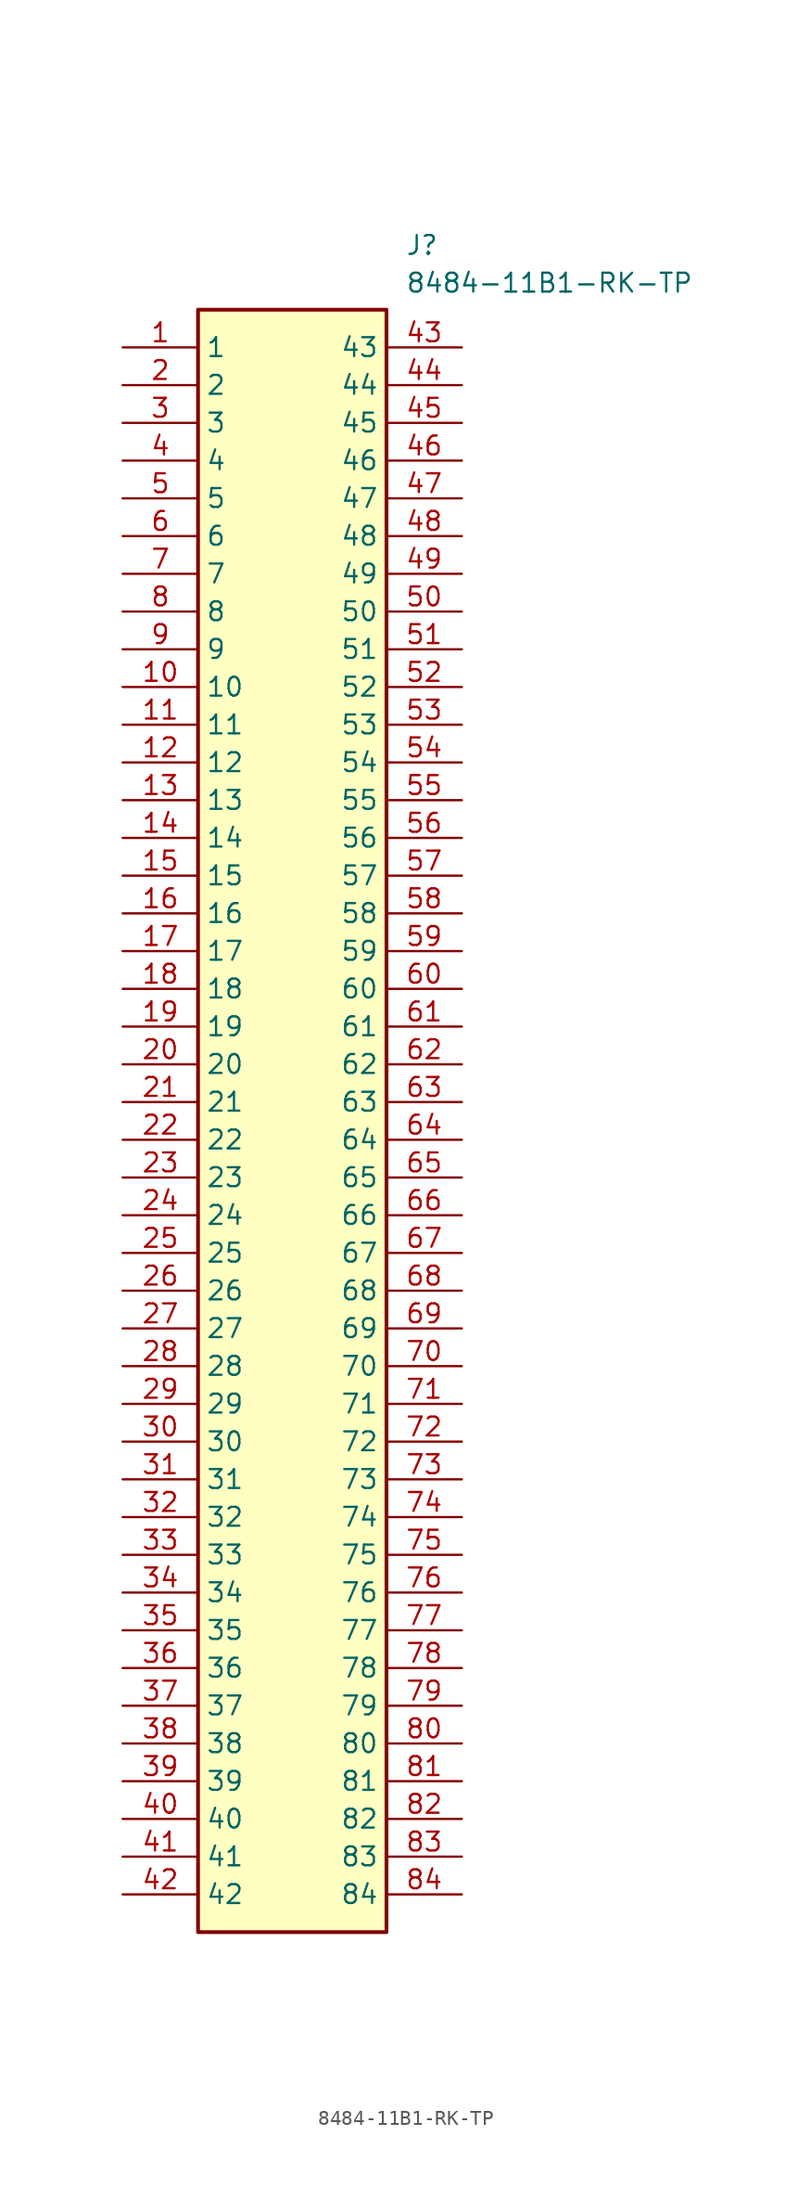
<source format=kicad_sym>
(kicad_symbol_lib
  (version 20211014)
  (generator SamacSys_ECAD_Model)
  (symbol "8484-11B1-RK-TP"
    (property "Reference" "J"
      (at 19.05 7.62 0)
      (effects (font (size 1.27 1.27)) (justify left top)))
    (property "Value" "8484-11B1-RK-TP"
      (at 19.05 5.08 0)
      (effects (font (size 1.27 1.27)) (justify left top)))
    (rectangle
      (start 5.08 2.54)
      (end 17.78 -106.68)
      (stroke (width 0.254) (type default))
      (fill (type background)))
    (pin passive line
      (at 0 0 0)
      (length 5.08)
      (name "1" (effects (font (size 1.27 1.27))))
      (number "1" (effects (font (size 1.27 1.27)))))
    (pin passive line
      (at 0 -2.54 0)
      (length 5.08)
      (name "2" (effects (font (size 1.27 1.27))))
      (number "2" (effects (font (size 1.27 1.27)))))
    (pin passive line
      (at 0 -5.08 0)
      (length 5.08)
      (name "3" (effects (font (size 1.27 1.27))))
      (number "3" (effects (font (size 1.27 1.27)))))
    (pin passive line
      (at 0 -7.62 0)
      (length 5.08)
      (name "4" (effects (font (size 1.27 1.27))))
      (number "4" (effects (font (size 1.27 1.27)))))
    (pin passive line
      (at 0 -10.16 0)
      (length 5.08)
      (name "5" (effects (font (size 1.27 1.27))))
      (number "5" (effects (font (size 1.27 1.27)))))
    (pin passive line
      (at 0 -12.7 0)
      (length 5.08)
      (name "6" (effects (font (size 1.27 1.27))))
      (number "6" (effects (font (size 1.27 1.27)))))
    (pin passive line
      (at 0 -15.24 0)
      (length 5.08)
      (name "7" (effects (font (size 1.27 1.27))))
      (number "7" (effects (font (size 1.27 1.27)))))
    (pin passive line
      (at 0 -17.78 0)
      (length 5.08)
      (name "8" (effects (font (size 1.27 1.27))))
      (number "8" (effects (font (size 1.27 1.27)))))
    (pin passive line
      (at 0 -20.32 0)
      (length 5.08)
      (name "9" (effects (font (size 1.27 1.27))))
      (number "9" (effects (font (size 1.27 1.27)))))
    (pin passive line
      (at 0 -22.86 0)
      (length 5.08)
      (name "10" (effects (font (size 1.27 1.27))))
      (number "10" (effects (font (size 1.27 1.27)))))
    (pin passive line
      (at 0 -25.4 0)
      (length 5.08)
      (name "11" (effects (font (size 1.27 1.27))))
      (number "11" (effects (font (size 1.27 1.27)))))
    (pin passive line
      (at 0 -27.94 0)
      (length 5.08)
      (name "12" (effects (font (size 1.27 1.27))))
      (number "12" (effects (font (size 1.27 1.27)))))
    (pin passive line
      (at 0 -30.48 0)
      (length 5.08)
      (name "13" (effects (font (size 1.27 1.27))))
      (number "13" (effects (font (size 1.27 1.27)))))
    (pin passive line
      (at 0 -33.02 0)
      (length 5.08)
      (name "14" (effects (font (size 1.27 1.27))))
      (number "14" (effects (font (size 1.27 1.27)))))
    (pin passive line
      (at 0 -35.56 0)
      (length 5.08)
      (name "15" (effects (font (size 1.27 1.27))))
      (number "15" (effects (font (size 1.27 1.27)))))
    (pin passive line
      (at 0 -38.1 0)
      (length 5.08)
      (name "16" (effects (font (size 1.27 1.27))))
      (number "16" (effects (font (size 1.27 1.27)))))
    (pin passive line
      (at 0 -40.64 0)
      (length 5.08)
      (name "17" (effects (font (size 1.27 1.27))))
      (number "17" (effects (font (size 1.27 1.27)))))
    (pin passive line
      (at 0 -43.18 0)
      (length 5.08)
      (name "18" (effects (font (size 1.27 1.27))))
      (number "18" (effects (font (size 1.27 1.27)))))
    (pin passive line
      (at 0 -45.72 0)
      (length 5.08)
      (name "19" (effects (font (size 1.27 1.27))))
      (number "19" (effects (font (size 1.27 1.27)))))
    (pin passive line
      (at 0 -48.26 0)
      (length 5.08)
      (name "20" (effects (font (size 1.27 1.27))))
      (number "20" (effects (font (size 1.27 1.27)))))
    (pin passive line
      (at 0 -50.8 0)
      (length 5.08)
      (name "21" (effects (font (size 1.27 1.27))))
      (number "21" (effects (font (size 1.27 1.27)))))
    (pin passive line
      (at 0 -53.34 0)
      (length 5.08)
      (name "22" (effects (font (size 1.27 1.27))))
      (number "22" (effects (font (size 1.27 1.27)))))
    (pin passive line
      (at 0 -55.88 0)
      (length 5.08)
      (name "23" (effects (font (size 1.27 1.27))))
      (number "23" (effects (font (size 1.27 1.27)))))
    (pin passive line
      (at 0 -58.42 0)
      (length 5.08)
      (name "24" (effects (font (size 1.27 1.27))))
      (number "24" (effects (font (size 1.27 1.27)))))
    (pin passive line
      (at 0 -60.96 0)
      (length 5.08)
      (name "25" (effects (font (size 1.27 1.27))))
      (number "25" (effects (font (size 1.27 1.27)))))
    (pin passive line
      (at 0 -63.5 0)
      (length 5.08)
      (name "26" (effects (font (size 1.27 1.27))))
      (number "26" (effects (font (size 1.27 1.27)))))
    (pin passive line
      (at 0 -66.04 0)
      (length 5.08)
      (name "27" (effects (font (size 1.27 1.27))))
      (number "27" (effects (font (size 1.27 1.27)))))
    (pin passive line
      (at 0 -68.58 0)
      (length 5.08)
      (name "28" (effects (font (size 1.27 1.27))))
      (number "28" (effects (font (size 1.27 1.27)))))
    (pin passive line
      (at 0 -71.12 0)
      (length 5.08)
      (name "29" (effects (font (size 1.27 1.27))))
      (number "29" (effects (font (size 1.27 1.27)))))
    (pin passive line
      (at 0 -73.66 0)
      (length 5.08)
      (name "30" (effects (font (size 1.27 1.27))))
      (number "30" (effects (font (size 1.27 1.27)))))
    (pin passive line
      (at 0 -76.2 0)
      (length 5.08)
      (name "31" (effects (font (size 1.27 1.27))))
      (number "31" (effects (font (size 1.27 1.27)))))
    (pin passive line
      (at 0 -78.74 0)
      (length 5.08)
      (name "32" (effects (font (size 1.27 1.27))))
      (number "32" (effects (font (size 1.27 1.27)))))
    (pin passive line
      (at 0 -81.28 0)
      (length 5.08)
      (name "33" (effects (font (size 1.27 1.27))))
      (number "33" (effects (font (size 1.27 1.27)))))
    (pin passive line
      (at 0 -83.82 0)
      (length 5.08)
      (name "34" (effects (font (size 1.27 1.27))))
      (number "34" (effects (font (size 1.27 1.27)))))
    (pin passive line
      (at 0 -86.36 0)
      (length 5.08)
      (name "35" (effects (font (size 1.27 1.27))))
      (number "35" (effects (font (size 1.27 1.27)))))
    (pin passive line
      (at 0 -88.9 0)
      (length 5.08)
      (name "36" (effects (font (size 1.27 1.27))))
      (number "36" (effects (font (size 1.27 1.27)))))
    (pin passive line
      (at 0 -91.44 0)
      (length 5.08)
      (name "37" (effects (font (size 1.27 1.27))))
      (number "37" (effects (font (size 1.27 1.27)))))
    (pin passive line
      (at 0 -93.98 0)
      (length 5.08)
      (name "38" (effects (font (size 1.27 1.27))))
      (number "38" (effects (font (size 1.27 1.27)))))
    (pin passive line
      (at 0 -96.52 0)
      (length 5.08)
      (name "39" (effects (font (size 1.27 1.27))))
      (number "39" (effects (font (size 1.27 1.27)))))
    (pin passive line
      (at 0 -99.06 0)
      (length 5.08)
      (name "40" (effects (font (size 1.27 1.27))))
      (number "40" (effects (font (size 1.27 1.27)))))
    (pin passive line
      (at 0 -101.6 0)
      (length 5.08)
      (name "41" (effects (font (size 1.27 1.27))))
      (number "41" (effects (font (size 1.27 1.27)))))
    (pin passive line
      (at 0 -104.14 0)
      (length 5.08)
      (name "42" (effects (font (size 1.27 1.27))))
      (number "42" (effects (font (size 1.27 1.27)))))
    (pin passive line
      (at 22.86 0 180)
      (length 5.08)
      (name "43" (effects (font (size 1.27 1.27))))
      (number "43" (effects (font (size 1.27 1.27)))))
    (pin passive line
      (at 22.86 -2.54 180)
      (length 5.08)
      (name "44" (effects (font (size 1.27 1.27))))
      (number "44" (effects (font (size 1.27 1.27)))))
    (pin passive line
      (at 22.86 -5.08 180)
      (length 5.08)
      (name "45" (effects (font (size 1.27 1.27))))
      (number "45" (effects (font (size 1.27 1.27)))))
    (pin passive line
      (at 22.86 -7.62 180)
      (length 5.08)
      (name "46" (effects (font (size 1.27 1.27))))
      (number "46" (effects (font (size 1.27 1.27)))))
    (pin passive line
      (at 22.86 -10.16 180)
      (length 5.08)
      (name "47" (effects (font (size 1.27 1.27))))
      (number "47" (effects (font (size 1.27 1.27)))))
    (pin passive line
      (at 22.86 -12.7 180)
      (length 5.08)
      (name "48" (effects (font (size 1.27 1.27))))
      (number "48" (effects (font (size 1.27 1.27)))))
    (pin passive line
      (at 22.86 -15.24 180)
      (length 5.08)
      (name "49" (effects (font (size 1.27 1.27))))
      (number "49" (effects (font (size 1.27 1.27)))))
    (pin passive line
      (at 22.86 -17.78 180)
      (length 5.08)
      (name "50" (effects (font (size 1.27 1.27))))
      (number "50" (effects (font (size 1.27 1.27)))))
    (pin passive line
      (at 22.86 -20.32 180)
      (length 5.08)
      (name "51" (effects (font (size 1.27 1.27))))
      (number "51" (effects (font (size 1.27 1.27)))))
    (pin passive line
      (at 22.86 -22.86 180)
      (length 5.08)
      (name "52" (effects (font (size 1.27 1.27))))
      (number "52" (effects (font (size 1.27 1.27)))))
    (pin passive line
      (at 22.86 -25.4 180)
      (length 5.08)
      (name "53" (effects (font (size 1.27 1.27))))
      (number "53" (effects (font (size 1.27 1.27)))))
    (pin passive line
      (at 22.86 -27.94 180)
      (length 5.08)
      (name "54" (effects (font (size 1.27 1.27))))
      (number "54" (effects (font (size 1.27 1.27)))))
    (pin passive line
      (at 22.86 -30.48 180)
      (length 5.08)
      (name "55" (effects (font (size 1.27 1.27))))
      (number "55" (effects (font (size 1.27 1.27)))))
    (pin passive line
      (at 22.86 -33.02 180)
      (length 5.08)
      (name "56" (effects (font (size 1.27 1.27))))
      (number "56" (effects (font (size 1.27 1.27)))))
    (pin passive line
      (at 22.86 -35.56 180)
      (length 5.08)
      (name "57" (effects (font (size 1.27 1.27))))
      (number "57" (effects (font (size 1.27 1.27)))))
    (pin passive line
      (at 22.86 -38.1 180)
      (length 5.08)
      (name "58" (effects (font (size 1.27 1.27))))
      (number "58" (effects (font (size 1.27 1.27)))))
    (pin passive line
      (at 22.86 -40.64 180)
      (length 5.08)
      (name "59" (effects (font (size 1.27 1.27))))
      (number "59" (effects (font (size 1.27 1.27)))))
    (pin passive line
      (at 22.86 -43.18 180)
      (length 5.08)
      (name "60" (effects (font (size 1.27 1.27))))
      (number "60" (effects (font (size 1.27 1.27)))))
    (pin passive line
      (at 22.86 -45.72 180)
      (length 5.08)
      (name "61" (effects (font (size 1.27 1.27))))
      (number "61" (effects (font (size 1.27 1.27)))))
    (pin passive line
      (at 22.86 -48.26 180)
      (length 5.08)
      (name "62" (effects (font (size 1.27 1.27))))
      (number "62" (effects (font (size 1.27 1.27)))))
    (pin passive line
      (at 22.86 -50.8 180)
      (length 5.08)
      (name "63" (effects (font (size 1.27 1.27))))
      (number "63" (effects (font (size 1.27 1.27)))))
    (pin passive line
      (at 22.86 -53.34 180)
      (length 5.08)
      (name "64" (effects (font (size 1.27 1.27))))
      (number "64" (effects (font (size 1.27 1.27)))))
    (pin passive line
      (at 22.86 -55.88 180)
      (length 5.08)
      (name "65" (effects (font (size 1.27 1.27))))
      (number "65" (effects (font (size 1.27 1.27)))))
    (pin passive line
      (at 22.86 -58.42 180)
      (length 5.08)
      (name "66" (effects (font (size 1.27 1.27))))
      (number "66" (effects (font (size 1.27 1.27)))))
    (pin passive line
      (at 22.86 -60.96 180)
      (length 5.08)
      (name "67" (effects (font (size 1.27 1.27))))
      (number "67" (effects (font (size 1.27 1.27)))))
    (pin passive line
      (at 22.86 -63.5 180)
      (length 5.08)
      (name "68" (effects (font (size 1.27 1.27))))
      (number "68" (effects (font (size 1.27 1.27)))))
    (pin passive line
      (at 22.86 -66.04 180)
      (length 5.08)
      (name "69" (effects (font (size 1.27 1.27))))
      (number "69" (effects (font (size 1.27 1.27)))))
    (pin passive line
      (at 22.86 -68.58 180)
      (length 5.08)
      (name "70" (effects (font (size 1.27 1.27))))
      (number "70" (effects (font (size 1.27 1.27)))))
    (pin passive line
      (at 22.86 -71.12 180)
      (length 5.08)
      (name "71" (effects (font (size 1.27 1.27))))
      (number "71" (effects (font (size 1.27 1.27)))))
    (pin passive line
      (at 22.86 -73.66 180)
      (length 5.08)
      (name "72" (effects (font (size 1.27 1.27))))
      (number "72" (effects (font (size 1.27 1.27)))))
    (pin passive line
      (at 22.86 -76.2 180)
      (length 5.08)
      (name "73" (effects (font (size 1.27 1.27))))
      (number "73" (effects (font (size 1.27 1.27)))))
    (pin passive line
      (at 22.86 -78.74 180)
      (length 5.08)
      (name "74" (effects (font (size 1.27 1.27))))
      (number "74" (effects (font (size 1.27 1.27)))))
    (pin passive line
      (at 22.86 -81.28 180)
      (length 5.08)
      (name "75" (effects (font (size 1.27 1.27))))
      (number "75" (effects (font (size 1.27 1.27)))))
    (pin passive line
      (at 22.86 -83.82 180)
      (length 5.08)
      (name "76" (effects (font (size 1.27 1.27))))
      (number "76" (effects (font (size 1.27 1.27)))))
    (pin passive line
      (at 22.86 -86.36 180)
      (length 5.08)
      (name "77" (effects (font (size 1.27 1.27))))
      (number "77" (effects (font (size 1.27 1.27)))))
    (pin passive line
      (at 22.86 -88.9 180)
      (length 5.08)
      (name "78" (effects (font (size 1.27 1.27))))
      (number "78" (effects (font (size 1.27 1.27)))))
    (pin passive line
      (at 22.86 -91.44 180)
      (length 5.08)
      (name "79" (effects (font (size 1.27 1.27))))
      (number "79" (effects (font (size 1.27 1.27)))))
    (pin passive line
      (at 22.86 -93.98 180)
      (length 5.08)
      (name "80" (effects (font (size 1.27 1.27))))
      (number "80" (effects (font (size 1.27 1.27)))))
    (pin passive line
      (at 22.86 -96.52 180)
      (length 5.08)
      (name "81" (effects (font (size 1.27 1.27))))
      (number "81" (effects (font (size 1.27 1.27)))))
    (pin passive line
      (at 22.86 -99.06 180)
      (length 5.08)
      (name "82" (effects (font (size 1.27 1.27))))
      (number "82" (effects (font (size 1.27 1.27)))))
    (pin passive line
      (at 22.86 -101.6 180)
      (length 5.08)
      (name "83" (effects (font (size 1.27 1.27))))
      (number "83" (effects (font (size 1.27 1.27)))))
    (pin passive line
      (at 22.86 -104.14 180)
      (length 5.08)
      (name "84" (effects (font (size 1.27 1.27))))
      (number "84" (effects (font (size 1.27 1.27)))))))
</source>
